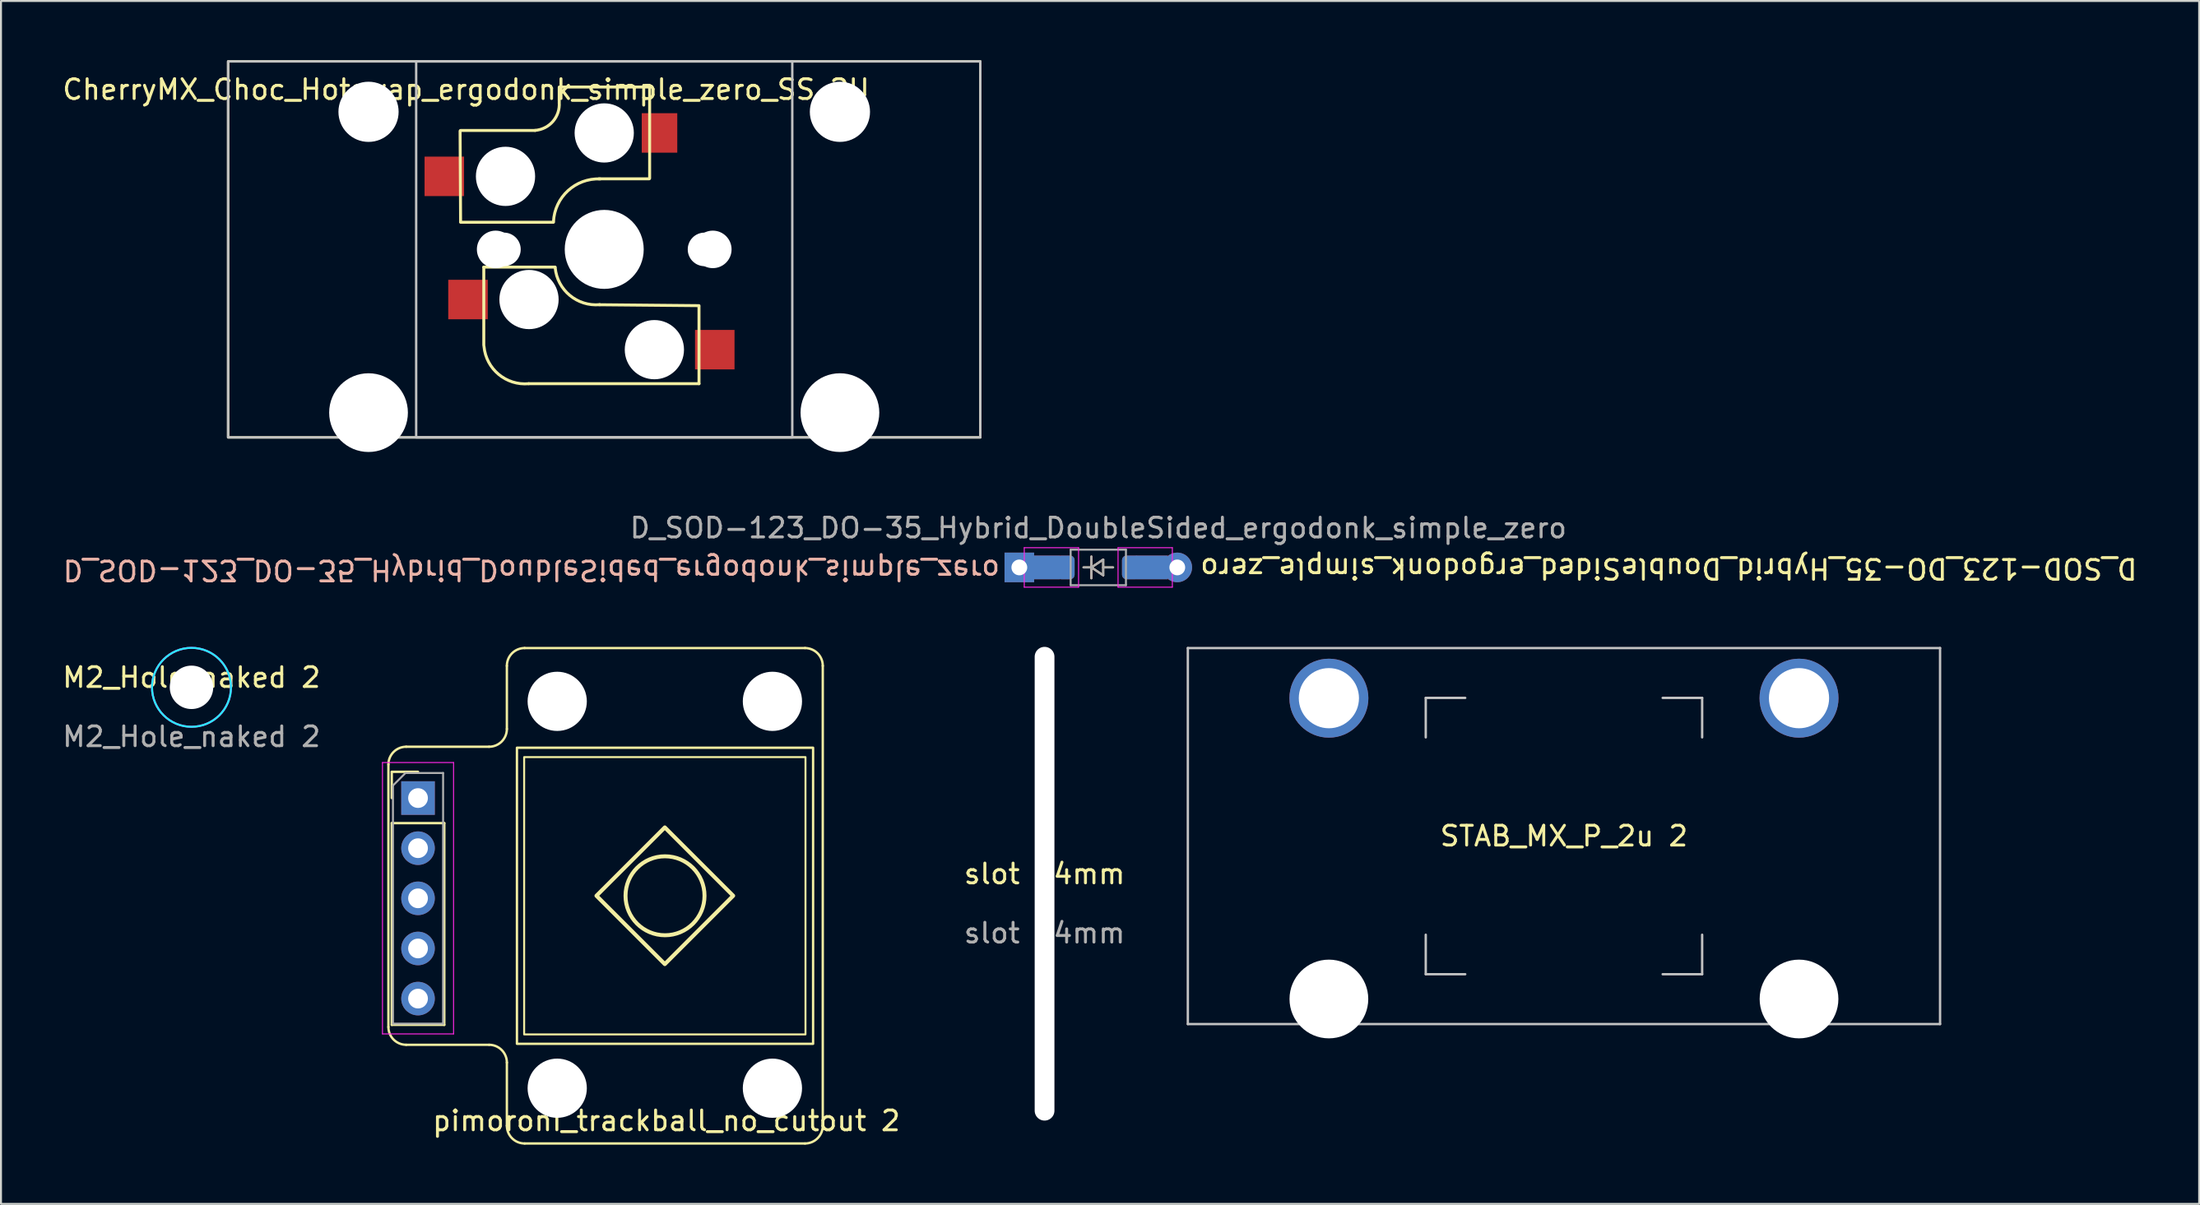
<source format=kicad_pcb>
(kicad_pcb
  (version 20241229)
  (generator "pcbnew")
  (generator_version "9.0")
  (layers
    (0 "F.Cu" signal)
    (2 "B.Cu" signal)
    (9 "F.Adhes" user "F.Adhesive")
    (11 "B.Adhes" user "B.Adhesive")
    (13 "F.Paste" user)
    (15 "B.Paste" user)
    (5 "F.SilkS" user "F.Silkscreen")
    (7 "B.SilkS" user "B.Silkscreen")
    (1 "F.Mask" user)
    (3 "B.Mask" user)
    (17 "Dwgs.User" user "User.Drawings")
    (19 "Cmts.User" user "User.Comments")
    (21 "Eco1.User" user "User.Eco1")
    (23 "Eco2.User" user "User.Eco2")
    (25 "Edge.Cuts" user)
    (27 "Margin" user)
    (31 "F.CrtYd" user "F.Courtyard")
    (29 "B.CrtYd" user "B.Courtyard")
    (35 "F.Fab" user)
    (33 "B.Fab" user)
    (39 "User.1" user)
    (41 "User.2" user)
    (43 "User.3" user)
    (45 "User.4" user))
  (footprint "STAB_MX_P_2u 2"
    (layer "F.Cu")
    (at 76.164 39.307)
    (property "Reference" "STAB_MX_P_2u 2" (at 0 0 0) (layer "F.SilkS") (effects (font (size 1 1) (thickness 0.15))))
    (attr through_hole exclude_from_pos_files exclude_from_bom)
    (fp_line (start -19.05 -9.525) (end -19.05 9.525) (stroke (width 0.12) (type solid)) (layer "Dwgs.User"))
    (fp_line (start -19.05 -9.525) (end 19.05 -9.525) (stroke (width 0.12) (type solid)) (layer "Dwgs.User"))
    (fp_line (start -19.05 9.525) (end 19.05 9.525) (stroke (width 0.12) (type solid)) (layer "Dwgs.User"))
    (fp_line (start -7 -7) (end -5 -7) (stroke (width 0.12) (type solid)) (layer "Dwgs.User"))
    (fp_line (start -7 -5) (end -7 -7) (stroke (width 0.12) (type solid)) (layer "Dwgs.User"))
    (fp_line (start -7 7) (end -7 5) (stroke (width 0.12) (type solid)) (layer "Dwgs.User"))
    (fp_line (start -5 7) (end -7 7) (stroke (width 0.12) (type solid)) (layer "Dwgs.User"))
    (fp_line (start 5 -7) (end 7 -7) (stroke (width 0.12) (type solid)) (layer "Dwgs.User"))
    (fp_line (start 5 7) (end 7 7) (stroke (width 0.12) (type solid)) (layer "Dwgs.User"))
    (fp_line (start 7 -7) (end 7 -5) (stroke (width 0.12) (type solid)) (layer "Dwgs.User"))
    (fp_line (start 7 7) (end 7 5) (stroke (width 0.12) (type solid)) (layer "Dwgs.User"))
    (fp_line (start 19.05 -9.525) (end 19.05 9.525) (stroke (width 0.12) (type solid)) (layer "Dwgs.User"))
    (fp_line (start -15.281 -5.5) (end -15.281 7.5) (stroke (width 0.05) (type solid)) (layer "Eco2.User"))
    (fp_line (start -14.781 -6) (end -9.031 -6) (stroke (width 0.05) (type solid)) (layer "Eco2.User"))
    (fp_line (start -14.781 8) (end -9.031 8) (stroke (width 0.05) (type solid)) (layer "Eco2.User"))
    (fp_line (start -8.531 -5.5) (end -8.531 7.5) (stroke (width 0.05) (type solid)) (layer "Eco2.User"))
    (fp_line (start 8.531 -5.5) (end 8.531 7.5) (stroke (width 0.05) (type solid)) (layer "Eco2.User"))
    (fp_line (start 9.031 -6) (end 14.78 -6) (stroke (width 0.05) (type solid)) (layer "Eco2.User"))
    (fp_line (start 9.031 8) (end 14.781 8) (stroke (width 0.05) (type solid)) (layer "Eco2.User"))
    (fp_line (start 15.28 -5.5) (end 15.281 7.5) (stroke (width 0.05) (type solid)) (layer "Eco2.User"))
    (fp_arc (start -15.28125 -5.499999) (mid -15.134803 -5.853552) (end -14.78125 -5.999999) (stroke (width 0.05) (type solid)) (layer "Eco2.User"))
    (fp_arc (start -14.78125 8.000001) (mid -15.134803 7.853554) (end -15.28125 7.500001) (stroke (width 0.05) (type solid)) (layer "Eco2.User"))
    (fp_arc (start -9.03125 -5.999999) (mid -8.677697 -5.853552) (end -8.53125 -5.499999) (stroke (width 0.05) (type solid)) (layer "Eco2.User"))
    (fp_arc (start -8.53125 7.500001) (mid -8.677697 7.853554) (end -9.03125 8.000001) (stroke (width 0.05) (type solid)) (layer "Eco2.User"))
    (fp_arc (start 8.53125 -5.499999) (mid 8.677697 -5.853552) (end 9.03125 -5.999999) (stroke (width 0.05) (type solid)) (layer "Eco2.User"))
    (fp_arc (start 9.03125 8.000001) (mid 8.677697 7.853554) (end 8.53125 7.500001) (stroke (width 0.05) (type solid)) (layer "Eco2.User"))
    (fp_arc (start 14.780039 -5.999999) (mid 15.133592 -5.853552) (end 15.280039 -5.499999) (stroke (width 0.05) (type solid)) (layer "Eco2.User"))
    (fp_arc (start 15.28125 7.500001) (mid 15.134803 7.853554) (end 14.78125 8.000001) (stroke (width 0.05) (type solid)) (layer "Eco2.User"))
    (pad "" thru_hole circle (at -11.906 -6.985) (size 4 4) (drill 3.048) (layers "*.Cu" "*.Mask"))
    (pad "" np_thru_hole circle (at -11.906 8.255) (size 3.988 3.988) (drill 3.988) (layers "*.Cu" "*.Mask"))
    (pad "" thru_hole circle (at 11.906 -6.985) (size 4 4) (drill 3.048) (layers "*.Cu" "*.Mask"))
    (pad "" np_thru_hole circle (at 11.906 8.255) (size 3.988 3.988) (drill 3.988) (layers "*.Cu" "*.Mask")))
  (footprint "M2_Hole_naked 2"
    (layer "F.Cu")
    (at 6.649 31.772)
    (property "Reference" "M2_Hole_naked 2" (at 0 -0.5 0) (unlocked yes) (layer "F.SilkS") (effects (font (size 1 1) (thickness 0.15))))
    (attr through_hole)
    (fp_circle (center 0 0) (end -2 0) (stroke (width 0.1) (type default)) (fill no) (layer "B.CrtYd"))
    (fp_circle (center 0 0) (end 2 0) (stroke (width 0.1) (type default)) (fill no) (layer "F.CrtYd"))
    (fp_text user "${REFERENCE}" (at 0 2.5 0) (unlocked yes) (layer "F.Fab") (effects (font (size 1 1) (thickness 0.15))))
    (pad "" np_thru_hole circle (at 0 0) (size 2.2 2.2) (drill 2.2) (layers "*.Cu" "*.Mask")))
  (footprint "CherryMX_Choc_Hotswap_ergodonk_simple_zero_SS_2U"
    (layer "F.Cu")
    (at 27.554 9.585)
    (property "Reference" "CherryMX_Choc_Hotswap_ergodonk_simple_zero_SS_2U" (at -7 -8.1 180) (layer "F.SilkS") (effects (font (size 1 1) (thickness 0.15))))
    (attr through_hole)
    (fp_line (start -7.275 -1.4) (end -7.3 -6) (stroke (width 0.15) (type solid)) (layer "F.SilkS"))
    (fp_line (start -6.1 0.896) (end -2.49 0.896) (stroke (width 0.15) (type solid)) (layer "F.SilkS"))
    (fp_line (start -6.1 4.85) (end -6.1 0.905) (stroke (width 0.15) (type solid)) (layer "F.SilkS"))
    (fp_line (start -3.5 -6.025) (end -7.275 -6.025) (stroke (width 0.15) (type solid)) (layer "F.SilkS"))
    (fp_line (start -2.575 -1.375) (end -7.275 -1.375) (stroke (width 0.15) (type solid)) (layer "F.SilkS"))
    (fp_line (start -2.28 -7.5) (end -2.28 -8.2) (stroke (width 0.15) (type solid)) (layer "F.SilkS"))
    (fp_line (start 2.275 -8.225) (end -2.275 -8.225) (stroke (width 0.15) (type solid)) (layer "F.SilkS"))
    (fp_line (start 2.275 -3.575) (end -0.275 -3.575) (stroke (width 0.15) (type solid)) (layer "F.SilkS"))
    (fp_line (start 2.3 -3.6) (end 2.3 -8.2) (stroke (width 0.15) (type solid)) (layer "F.SilkS"))
    (fp_line (start 4.8 2.85) (end -0.25 2.804) (stroke (width 0.15) (type solid)) (layer "F.SilkS"))
    (fp_line (start 4.8 2.896) (end 4.8 6.804) (stroke (width 0.15) (type solid)) (layer "F.SilkS"))
    (fp_line (start 4.8 6.804) (end -3.825 6.804) (stroke (width 0.15) (type solid)) (layer "F.SilkS"))
    (fp_rect (start -19.05 9.525) (end 19.05 -9.525) (stroke (width 0.12) (type default)) (fill no) (layer "F.SilkS"))
    (fp_arc (start -3.825 6.804) (mid -5.347189 6.33089) (end -6.089 4.92) (stroke (width 0.15) (type solid)) (layer "F.SilkS"))
    (fp_arc (start -2.57 -1.4) (mid -1.834422 -2.975843) (end -0.2 -3.57) (stroke (width 0.15) (type solid)) (layer "F.SilkS"))
    (fp_arc (start -2.28 -7.45) (mid -2.595908 -6.48733) (end -3.5 -6.03) (stroke (width 0.15) (type solid)) (layer "F.SilkS"))
    (fp_arc (start -0.225 2.8) (mid -1.744361 2.328061) (end -2.485 0.92) (stroke (width 0.15) (type solid)) (layer "F.SilkS"))
    (fp_rect (start -19.05 9.525) (end 19.05 -9.525) (stroke (width 0.12) (type default)) (fill no) (layer "Dwgs.User"))
    (fp_rect (start -9.525 9.525) (end 9.525 -9.525) (stroke (width 0.12) (type default)) (fill no) (layer "Dwgs.User"))
    (fp_line (start -9 -9) (end 9 -9) (stroke (width 0.15) (type solid)) (layer "Eco2.User"))
    (fp_line (start -9 9) (end -9 -9) (stroke (width 0.15) (type solid)) (layer "Eco2.User"))
    (fp_line (start -7 -7) (end 7 -7) (stroke (width 0.15) (type solid)) (layer "Eco2.User"))
    (fp_line (start -7 7) (end -7 -7) (stroke (width 0.15) (type solid)) (layer "Eco2.User"))
    (fp_line (start 7 -7) (end 7 7) (stroke (width 0.15) (type solid)) (layer "Eco2.User"))
    (fp_line (start 7 7) (end -7 7) (stroke (width 0.15) (type solid)) (layer "Eco2.User"))
    (fp_line (start 9 -9) (end 9 9) (stroke (width 0.15) (type solid)) (layer "Eco2.User"))
    (fp_line (start 9 9) (end -9 9) (stroke (width 0.15) (type solid)) (layer "Eco2.User"))
    (pad "" np_thru_hole circle (at -11.938 -6.97 180) (size 3.048 3.048) (drill 3.048) (layers "*.Cu" "*.Mask"))
    (pad "" np_thru_hole circle (at -11.938 8.27 180) (size 3.988 3.988) (drill 3.988) (layers "*.Cu" "*.Mask"))
    (pad "" np_thru_hole circle (at -5.5 0 270) (size 1.9 1.9) (drill 1.9) (layers "*.Cu" "*.Mask"))
    (pad "" np_thru_hole circle (at -5.08 0 180) (size 1.7 1.7) (drill 1.7) (layers "*.Cu" "*.Mask"))
    (pad "" np_thru_hole circle (at -5 -3.7 90) (size 3 3) (drill 3) (layers "*.Cu" "*.Mask"))
    (pad "" np_thru_hole circle (at -3.81 2.54) (size 3 3) (drill 3) (layers "*.Cu" "*.Mask"))
    (pad "" np_thru_hole circle (at 0 -5.9 270) (size 3 3) (drill 3) (layers "*.Cu" "*.Mask"))
    (pad "" np_thru_hole circle (at 0 0 270) (size 4 4) (drill 4) (layers "*.Cu" "*.Mask"))
    (pad "" np_thru_hole circle (at 2.54 5.08) (size 3 3) (drill 3) (layers "*.Cu" "*.Mask"))
    (pad "" np_thru_hole circle (at 5.08 0 180) (size 1.7 1.7) (drill 1.7) (layers "*.Cu" "*.Mask"))
    (pad "" np_thru_hole circle (at 5.5 0 270) (size 1.9 1.9) (drill 1.9) (layers "*.Cu" "*.Mask"))
    (pad "" np_thru_hole circle (at 11.938 -6.97 180) (size 3.048 3.048) (drill 3.048) (layers "*.Cu" "*.Mask"))
    (pad "" np_thru_hole circle (at 11.938 8.27 180) (size 3.988 3.988) (drill 3.988) (layers "*.Cu" "*.Mask"))
    (pad "5" smd rect (at -8.1 -3.7) (size 2 2) (layers "F.Cu" "F.Mask" "F.Paste"))
    (pad "5" smd rect (at -6.9 2.54) (size 2 2) (layers "F.Cu" "F.Mask" "F.Paste"))
    (pad "6" smd rect (at 2.8 -5.9) (size 1.8 2) (layers "F.Cu" "F.Mask" "F.Paste"))
    (pad "6" smd rect (at 5.6 5.08) (size 2 2) (layers "F.Cu" "F.Mask" "F.Paste")))
  (footprint "slot 24mm"
    (layer "F.Cu")
    (at 49.857 41.722)
    (property "Reference" "slot 24mm" (at 0 -0.5 0) (unlocked yes) (layer "F.SilkS") (effects (font (size 1 1) (thickness 0.15))))
    (fp_text user "${REFERENCE}" (at 0 2.5 0) (unlocked yes) (layer "F.Fab") (effects (font (size 1 1) (thickness 0.15))))
    (pad "" np_thru_hole oval (at 0 0) (size 1 24) (drill oval 1 24) (layers "*.Cu" "*.Mask")))
  (footprint "pimoroni_trackball_no_cutout 2"
    (layer "F.Cu")
    (at 18.123 37.382)
    (property "Reference" "pimoroni_trackball_no_cutout 2" (at 12.58 16.35 0) (layer "F.SilkS") (effects (font (size 1 1) (thickness 0.15))))
    (attr through_hole)
    (fp_line (start -1.5 -1.7) (end -1.5 11.6) (stroke (width 0.12) (type solid)) (layer "F.SilkS"))
    (fp_line (start -1.33 -1.33) (end 0 -1.33) (stroke (width 0.12) (type solid)) (layer "F.SilkS"))
    (fp_line (start -1.33 0) (end -1.33 -1.33) (stroke (width 0.12) (type solid)) (layer "F.SilkS"))
    (fp_line (start -1.33 1.27) (end -1.33 11.49) (stroke (width 0.12) (type solid)) (layer "F.SilkS"))
    (fp_line (start -1.33 1.27) (end 1.33 1.27) (stroke (width 0.12) (type solid)) (layer "F.SilkS"))
    (fp_line (start -1.33 11.49) (end 1.33 11.49) (stroke (width 0.12) (type solid)) (layer "F.SilkS"))
    (fp_line (start -0.6 -2.6) (end 3.6 -2.6) (stroke (width 0.12) (type solid)) (layer "F.SilkS"))
    (fp_line (start -0.6 12.5) (end 3.6 12.5) (stroke (width 0.12) (type solid)) (layer "F.SilkS"))
    (fp_line (start 1.33 1.27) (end 1.33 11.49) (stroke (width 0.12) (type solid)) (layer "F.SilkS"))
    (fp_line (start 4.5 -3.5) (end 4.5 -6.7) (stroke (width 0.12) (type solid)) (layer "F.SilkS"))
    (fp_line (start 4.5 13.4) (end 4.5 16.6) (stroke (width 0.12) (type solid)) (layer "F.SilkS"))
    (fp_line (start 5.4 -7.6) (end 19.6 -7.6) (stroke (width 0.12) (type solid)) (layer "F.SilkS"))
    (fp_line (start 5.4 17.5) (end 19.6 17.5) (stroke (width 0.12) (type solid)) (layer "F.SilkS"))
    (fp_line (start 20.5 16.6) (end 20.5 -6.7) (stroke (width 0.12) (type solid)) (layer "F.SilkS"))
    (fp_rect (start 5.01 -2.55) (end 20.01 12.45) (stroke (width 0.12) (type default)) (fill no) (layer "F.SilkS"))
    (fp_rect (start 5.375 -2.075) (end 19.625 11.975) (stroke (width 0.1) (type default)) (fill no) (layer "F.SilkS"))
    (fp_arc (start -1.5 -1.7) (mid -1.236396 -2.336396) (end -0.6 -2.6) (stroke (width 0.12) (type default)) (layer "F.SilkS"))
    (fp_arc (start -0.6 12.5) (mid -1.236396 12.236396) (end -1.5 11.6) (stroke (width 0.12) (type default)) (layer "F.SilkS"))
    (fp_arc (start 3.6 12.5) (mid 4.236396 12.763604) (end 4.5 13.4) (stroke (width 0.12) (type default)) (layer "F.SilkS"))
    (fp_arc (start 4.5 -6.7) (mid 4.763604 -7.336396) (end 5.4 -7.6) (stroke (width 0.12) (type default)) (layer "F.SilkS"))
    (fp_arc (start 4.5 -3.5) (mid 4.236396 -2.863604) (end 3.6 -2.6) (stroke (width 0.12) (type default)) (layer "F.SilkS"))
    (fp_arc (start 5.4 17.5) (mid 4.763604 17.236396) (end 4.5 16.6) (stroke (width 0.12) (type default)) (layer "F.SilkS"))
    (fp_arc (start 19.6 -7.6) (mid 20.236396 -7.336396) (end 20.5 -6.7) (stroke (width 0.12) (type default)) (layer "F.SilkS"))
    (fp_arc (start 20.5 16.6) (mid 20.236396 17.236396) (end 19.6 17.5) (stroke (width 0.12) (type default)) (layer "F.SilkS"))
    (fp_circle (center 12.51 4.95) (end 14.51 4.95) (stroke (width 0.2) (type default)) (fill no) (layer "F.SilkS"))
    (fp_poly (pts (xy 9.037 4.95) (xy 12.5 1.487) (xy 15.963 4.95) (xy 12.5 8.413)) (stroke (width 0.2) (type default)) (fill no) (layer "F.SilkS"))
    (fp_line (start -1.8 -1.8) (end -1.8 11.95) (stroke (width 0.05) (type solid)) (layer "F.CrtYd"))
    (fp_line (start -1.8 11.95) (end 1.8 11.95) (stroke (width 0.05) (type solid)) (layer "F.CrtYd"))
    (fp_line (start 1.8 -1.8) (end -1.8 -1.8) (stroke (width 0.05) (type solid)) (layer "F.CrtYd"))
    (fp_line (start 1.8 11.95) (end 1.8 -1.8) (stroke (width 0.05) (type solid)) (layer "F.CrtYd"))
    (fp_line (start -1.27 -0.635) (end -0.635 -1.27) (stroke (width 0.1) (type solid)) (layer "F.Fab"))
    (fp_line (start -1.27 11.43) (end -1.27 -0.635) (stroke (width 0.1) (type solid)) (layer "F.Fab"))
    (fp_line (start -0.635 -1.27) (end 1.27 -1.27) (stroke (width 0.1) (type solid)) (layer "F.Fab"))
    (fp_line (start 1.27 -1.27) (end 1.27 11.43) (stroke (width 0.1) (type solid)) (layer "F.Fab"))
    (fp_line (start 1.27 11.43) (end -1.27 11.43) (stroke (width 0.1) (type solid)) (layer "F.Fab"))
    (pad "" np_thru_hole circle (at 7.05 -4.9) (size 3 3) (drill 3) (layers "*.Cu" "*.Mask"))
    (pad "" np_thru_hole circle (at 7.05 14.7) (size 3 3) (drill 3) (layers "*.Cu" "*.Mask"))
    (pad "" np_thru_hole circle (at 17.95 -4.9) (size 3 3) (drill 3) (layers "*.Cu" "*.Mask"))
    (pad "" np_thru_hole circle (at 17.95 14.7) (size 3 3) (drill 3) (layers "*.Cu" "*.Mask"))
    (pad "1" thru_hole rect (at 0 0) (size 1.7 1.7) (drill 1) (layers "*.Cu" "*.Mask"))
    (pad "2" thru_hole oval (at 0 2.54) (size 1.7 1.7) (drill 1) (layers "*.Cu" "*.Mask"))
    (pad "3" thru_hole oval (at 0 5.08) (size 1.7 1.7) (drill 1) (layers "*.Cu" "*.Mask"))
    (pad "4" thru_hole oval (at 0 7.62) (size 1.7 1.7) (drill 1) (layers "*.Cu" "*.Mask"))
    (pad "5" thru_hole oval (at 0 10.16) (size 1.7 1.7) (drill 1) (layers "*.Cu" "*.Mask")))
  (footprint "D_SOD-123_DO-35_Hybrid_DoubleSided_ergodonk_simple_zero"
    (layer "F.Cu")
    (at 52.579 25.697)
    (property "Reference" "D_SOD-123_DO-35_Hybrid_DoubleSided_ergodonk_simple_zero" (at -4.9 -0.45 180) (unlocked yes) (layer "B.SilkS") (effects (font (size 1 1) (thickness 0.15)) (justify right bottom mirror)))
    (attr smd)
    (fp_line (start -0.75 0) (end -0.35 0) (stroke (width 0.1) (type solid)) (layer "F.SilkS"))
    (fp_line (start -0.35 0) (end -0.35 -0.55) (stroke (width 0.1) (type solid)) (layer "F.SilkS"))
    (fp_line (start -0.35 0) (end -0.35 0.55) (stroke (width 0.1) (type solid)) (layer "F.SilkS"))
    (fp_line (start -0.35 0) (end 0.25 -0.4) (stroke (width 0.1) (type solid)) (layer "F.SilkS"))
    (fp_line (start 0.25 -0.4) (end 0.25 0.4) (stroke (width 0.1) (type solid)) (layer "F.SilkS"))
    (fp_line (start 0.25 0) (end 0.75 0) (stroke (width 0.1) (type solid)) (layer "F.SilkS"))
    (fp_line (start 0.25 0.4) (end -0.35 0) (stroke (width 0.1) (type solid)) (layer "F.SilkS"))
    (fp_line (start -0.75 0) (end -0.35 0) (stroke (width 0.1) (type solid)) (layer "B.SilkS"))
    (fp_line (start -0.35 0) (end -0.35 -0.55) (stroke (width 0.1) (type solid)) (layer "B.SilkS"))
    (fp_line (start -0.35 0) (end -0.35 0.55) (stroke (width 0.1) (type solid)) (layer "B.SilkS"))
    (fp_line (start -0.35 0) (end 0.25 0.4) (stroke (width 0.1) (type solid)) (layer "B.SilkS"))
    (fp_line (start 0.25 -0.4) (end -0.35 0) (stroke (width 0.1) (type solid)) (layer "B.SilkS"))
    (fp_line (start 0.25 0) (end 0.75 0) (stroke (width 0.1) (type solid)) (layer "B.SilkS"))
    (fp_line (start 0.25 0.4) (end 0.25 -0.4) (stroke (width 0.1) (type solid)) (layer "B.SilkS"))
    (fp_line (start -3.75 -1) (end -3.75 1) (stroke (width 0.05) (type default)) (layer "F.CrtYd"))
    (fp_line (start -3.75 -1) (end -1 -1) (stroke (width 0.05) (type solid)) (layer "F.CrtYd"))
    (fp_line (start -1 -1) (end -1 1) (stroke (width 0.05) (type default)) (layer "F.CrtYd"))
    (fp_line (start -1 1) (end -3.75 1) (stroke (width 0.05) (type solid)) (layer "F.CrtYd"))
    (fp_line (start 1 -1) (end 1 1) (stroke (width 0.05) (type default)) (layer "F.CrtYd"))
    (fp_line (start 1 -1) (end 3.75 -1) (stroke (width 0.05) (type solid)) (layer "F.CrtYd"))
    (fp_line (start 3.75 -1) (end 3.75 1) (stroke (width 0.05) (type default)) (layer "F.CrtYd"))
    (fp_line (start 3.75 1) (end 1 1) (stroke (width 0.05) (type solid)) (layer "F.CrtYd"))
    (fp_line (start -1.4 -0.9) (end 1.4 -0.9) (stroke (width 0.1) (type solid)) (layer "F.Fab"))
    (fp_line (start -1.4 0.9) (end -1.4 -0.9) (stroke (width 0.1) (type solid)) (layer "F.Fab"))
    (fp_line (start -0.75 0) (end -0.35 0) (stroke (width 0.1) (type solid)) (layer "F.Fab"))
    (fp_line (start -0.35 0) (end -0.35 -0.55) (stroke (width 0.1) (type solid)) (layer "F.Fab"))
    (fp_line (start -0.35 0) (end -0.35 0.55) (stroke (width 0.1) (type solid)) (layer "F.Fab"))
    (fp_line (start -0.35 0) (end 0.25 -0.4) (stroke (width 0.1) (type solid)) (layer "F.Fab"))
    (fp_line (start 0.25 -0.4) (end 0.25 0.4) (stroke (width 0.1) (type solid)) (layer "F.Fab"))
    (fp_line (start 0.25 0) (end 0.75 0) (stroke (width 0.1) (type solid)) (layer "F.Fab"))
    (fp_line (start 0.25 0.4) (end -0.35 0) (stroke (width 0.1) (type solid)) (layer "F.Fab"))
    (fp_line (start 1.4 -0.9) (end 1.4 0.9) (stroke (width 0.1) (type solid)) (layer "F.Fab"))
    (fp_line (start 1.4 0.9) (end -1.4 0.9) (stroke (width 0.1) (type solid)) (layer "F.Fab"))
    (fp_text user "${REFERENCE}" (at 5.08 -0.53 180) (unlocked yes) (layer "F.SilkS") (effects (font (size 1 1) (thickness 0.15)) (justify right bottom)))
    (fp_text user "${REFERENCE}" (at 0 -2 0) (layer "F.Fab") (effects (font (size 1 1) (thickness 0.15))))
    (pad "1" thru_hole rect (at -4 0) (size 1.5 1.5) (drill 0.8) (layers "*.Cu" "*.Mask"))
    (pad "1" smd rect (at -2.75 0) (size 1.6 1.2) (layers "B.Cu"))
    (pad "1" smd rect (at -2.7 0) (size 1.6 1.2) (layers "F.Cu"))
    (pad "1" smd roundrect (at -1.65 0) (size 0.9 1.2) (layers "F.Cu" "F.Mask" "F.Paste") (roundrect_rratio 0.25))
    (pad "1" smd roundrect (at -1.65 0) (size 0.9 1.2) (layers "B.Cu" "B.Mask" "B.Paste") (roundrect_rratio 0.25))
    (pad "2" smd roundrect (at 1.65 0) (size 0.9 1.2) (layers "F.Cu" "F.Mask" "F.Paste") (roundrect_rratio 0.25))
    (pad "2" smd roundrect (at 1.65 0) (size 0.9 1.2) (layers "B.Cu" "B.Mask" "B.Paste") (roundrect_rratio 0.25))
    (pad "2" smd rect (at 2.7 0) (size 1.6 1.2) (layers "B.Cu"))
    (pad "2" smd rect (at 2.87 0.000001) (size 1.94 1.2) (layers "F.Cu"))
    (pad "2" thru_hole circle (at 4 0) (size 1.5 1.5) (drill 0.8) (layers "*.Cu" "*.Mask")))
  (gr_rect
    (start -3 -3)
    (end 108.337 57.942)
    (stroke (width 0.1) (type default))
    (fill no)
    (layer "Edge.Cuts")))
</source>
